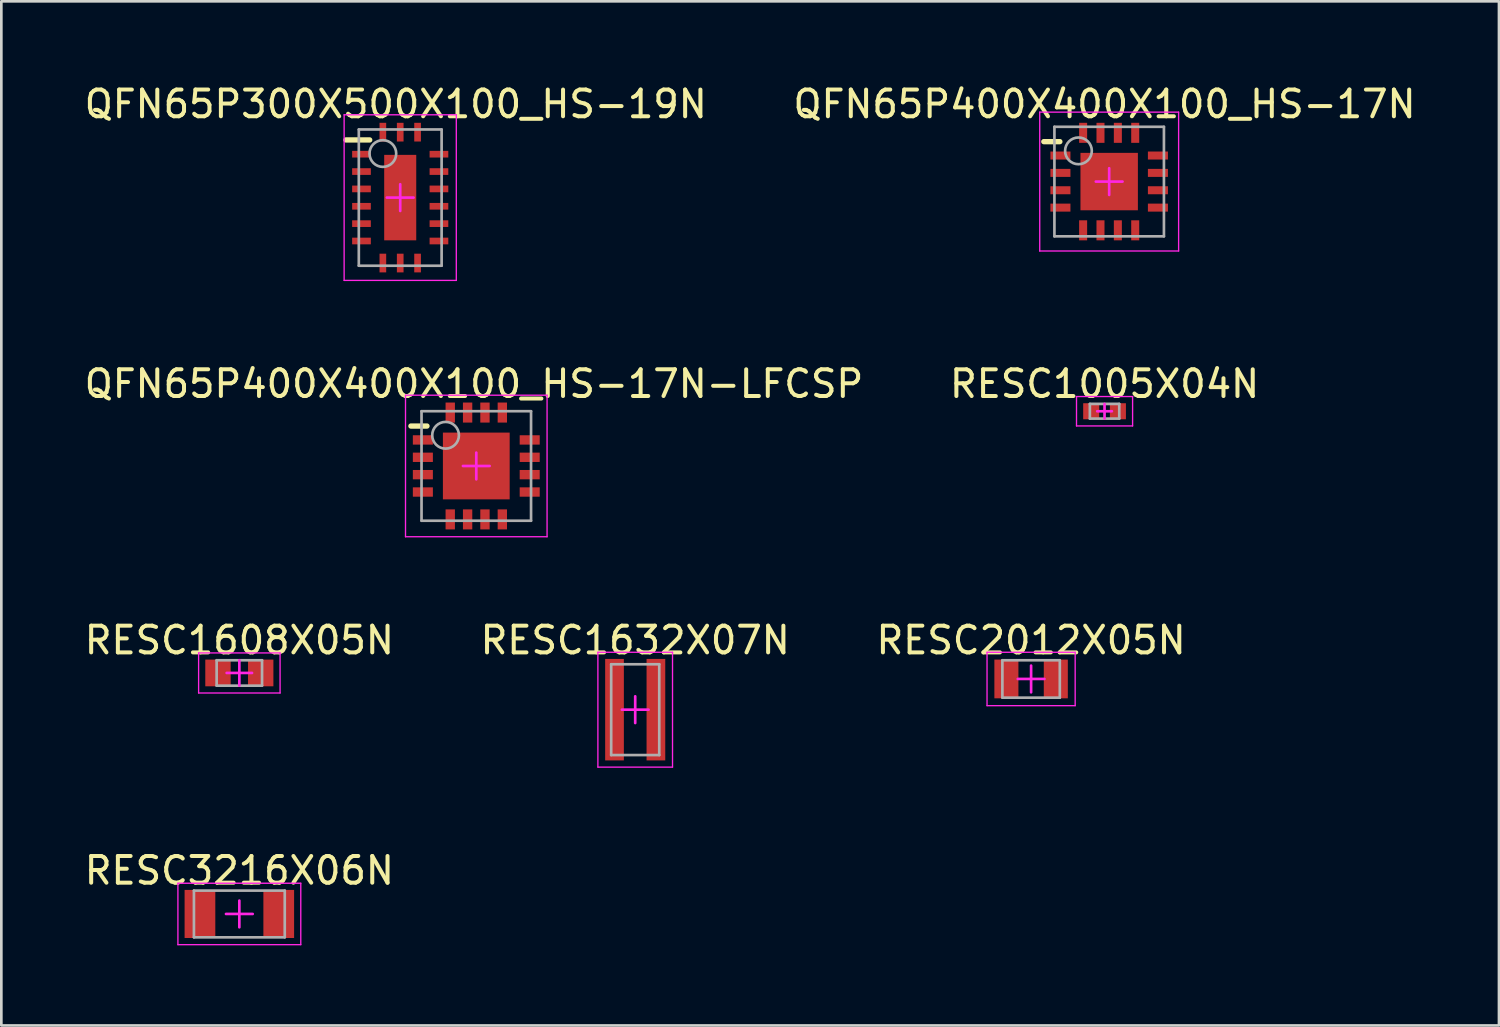
<source format=kicad_pcb>
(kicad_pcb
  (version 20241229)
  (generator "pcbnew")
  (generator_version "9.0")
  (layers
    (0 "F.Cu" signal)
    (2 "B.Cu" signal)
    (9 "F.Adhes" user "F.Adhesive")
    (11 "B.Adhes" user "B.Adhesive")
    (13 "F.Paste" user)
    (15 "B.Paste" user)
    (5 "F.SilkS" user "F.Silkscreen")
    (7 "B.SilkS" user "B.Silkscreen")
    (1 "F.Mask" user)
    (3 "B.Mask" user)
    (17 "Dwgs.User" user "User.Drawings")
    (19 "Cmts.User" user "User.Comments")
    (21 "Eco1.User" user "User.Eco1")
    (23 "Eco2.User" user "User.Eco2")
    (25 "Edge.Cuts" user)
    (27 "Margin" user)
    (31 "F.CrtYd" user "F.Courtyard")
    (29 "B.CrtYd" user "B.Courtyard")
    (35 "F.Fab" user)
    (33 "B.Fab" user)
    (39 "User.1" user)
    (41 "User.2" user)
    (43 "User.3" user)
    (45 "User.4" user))
  (footprint "RESC1005X04N"
    (layer "F.Cu")
    (at 38.304 12.347)
    (property "Reference" "RESC1005X04N" (at 0 -1.025 0) (layer "F.SilkS") (effects (font (size 1 1) (thickness 0.15))))
    (fp_line (start -1.05 -0.55) (end 1.05 -0.55) (stroke (width 0.05) (type solid)) (layer "F.CrtYd"))
    (fp_line (start -1.05 0.55) (end -1.05 -0.55) (stroke (width 0.05) (type solid)) (layer "F.CrtYd"))
    (fp_line (start -1.05 0.55) (end 1.05 0.55) (stroke (width 0.05) (type solid)) (layer "F.CrtYd"))
    (fp_line (start -0.275 0) (end 0.275 0) (stroke (width 0.1) (type solid)) (layer "F.CrtYd"))
    (fp_line (start 0 0.275) (end 0 -0.275) (stroke (width 0.1) (type solid)) (layer "F.CrtYd"))
    (fp_line (start 1.05 0.55) (end 1.05 -0.55) (stroke (width 0.05) (type solid)) (layer "F.CrtYd"))
    (fp_line (start -0.55 -0.275) (end 0.55 -0.275) (stroke (width 0.1) (type solid)) (layer "F.Fab"))
    (fp_line (start -0.55 0.275) (end -0.55 -0.275) (stroke (width 0.1) (type solid)) (layer "F.Fab"))
    (fp_line (start -0.55 0.275) (end 0.55 0.275) (stroke (width 0.1) (type solid)) (layer "F.Fab"))
    (fp_line (start 0.55 0.275) (end 0.55 -0.275) (stroke (width 0.1) (type solid)) (layer "F.Fab"))
    (pad "1" smd rect (at -0.5 0 90) (size 0.6 0.6) (layers "F.Cu" "F.Mask" "F.Paste"))
    (pad "2" smd rect (at 0.5 0 90) (size 0.6 0.6) (layers "F.Cu" "F.Mask" "F.Paste")))
  (footprint "RESC2012X05N"
    (layer "F.Cu")
    (at 35.554 22.37)
    (property "Reference" "RESC2012X05N" (at 0 -1.45 0) (layer "F.SilkS") (effects (font (size 1 1) (thickness 0.15))))
    (fp_line (start -1.65 -1) (end 1.65 -1) (stroke (width 0.05) (type solid)) (layer "F.CrtYd"))
    (fp_line (start -1.65 1) (end -1.65 -1) (stroke (width 0.05) (type solid)) (layer "F.CrtYd"))
    (fp_line (start -1.65 1) (end 1.65 1) (stroke (width 0.05) (type solid)) (layer "F.CrtYd"))
    (fp_line (start -0.5 0) (end 0.5 0) (stroke (width 0.1) (type solid)) (layer "F.CrtYd"))
    (fp_line (start 0 0.5) (end 0 -0.5) (stroke (width 0.1) (type solid)) (layer "F.CrtYd"))
    (fp_line (start 1.65 1) (end 1.65 -1) (stroke (width 0.05) (type solid)) (layer "F.CrtYd"))
    (fp_line (start -1.075 -0.7) (end 1.075 -0.7) (stroke (width 0.1) (type solid)) (layer "F.Fab"))
    (fp_line (start -1.075 0.7) (end -1.075 -0.7) (stroke (width 0.1) (type solid)) (layer "F.Fab"))
    (fp_line (start -1.075 0.7) (end 1.075 0.7) (stroke (width 0.1) (type solid)) (layer "F.Fab"))
    (fp_line (start 1.075 0.7) (end 1.075 -0.7) (stroke (width 0.1) (type solid)) (layer "F.Fab"))
    (pad "1" smd rect (at -0.925 0 90) (size 1.45 0.9) (layers "F.Cu" "F.Mask" "F.Paste"))
    (pad "2" smd rect (at 0.925 0 90) (size 1.45 0.9) (layers "F.Cu" "F.Mask" "F.Paste")))
  (footprint "QFN65P400X400X100_HS-17N-LFCSP"
    (layer "F.Cu")
    (at 14.782 14.396)
    (property "Reference" "QFN65P400X400X100_HS-17N-LFCSP" (at -0.086 -3.075 0) (layer "F.SilkS") (effects (font (size 1 1) (thickness 0.15))))
    (fp_line (start -2.447 -1.495) (end -1.847 -1.495) (stroke (width 0.2) (type solid)) (layer "F.SilkS"))
    (fp_rect (start -1.225 -0.125) (end -0.125 -1.225) (stroke (width 0) (type default)) (fill yes) (layer "F.Paste"))
    (fp_rect (start -0.125 1.225) (end -1.225 0.125) (stroke (width 0) (type default)) (fill yes) (layer "F.Paste"))
    (fp_rect (start 0.125 -1.225) (end 1.225 -0.125) (stroke (width 0) (type default)) (fill yes) (layer "F.Paste"))
    (fp_rect (start 1.225 0.125) (end 0.125 1.225) (stroke (width 0) (type default)) (fill yes) (layer "F.Paste"))
    (fp_line (start -2.65 -2.65) (end 2.65 -2.65) (stroke (width 0.05) (type solid)) (layer "F.CrtYd"))
    (fp_line (start -2.65 2.65) (end -2.65 -2.65) (stroke (width 0.05) (type solid)) (layer "F.CrtYd"))
    (fp_line (start -2.65 2.65) (end 2.65 2.65) (stroke (width 0.05) (type solid)) (layer "F.CrtYd"))
    (fp_line (start -0.5 0) (end 0.5 0) (stroke (width 0.1) (type solid)) (layer "F.CrtYd"))
    (fp_line (start 0 0.5) (end 0 -0.5) (stroke (width 0.1) (type solid)) (layer "F.CrtYd"))
    (fp_line (start 2.65 2.65) (end 2.65 -2.65) (stroke (width 0.05) (type solid)) (layer "F.CrtYd"))
    (fp_line (start -2.05 -2.05) (end 2.05 -2.05) (stroke (width 0.1) (type solid)) (layer "F.Fab"))
    (fp_line (start -2.05 2.05) (end -2.05 -2.05) (stroke (width 0.1) (type solid)) (layer "F.Fab"))
    (fp_line (start -2.05 2.05) (end 2.05 2.05) (stroke (width 0.1) (type solid)) (layer "F.Fab"))
    (fp_line (start 2.05 2.05) (end 2.05 -2.05) (stroke (width 0.1) (type solid)) (layer "F.Fab"))
    (fp_circle (center -1.15 -1.15) (end -1.15 -1.65) (stroke (width 0.1) (type solid)) (fill no) (layer "F.Fab"))
    (pad "1" smd rect (at -2 -0.975 90) (size 0.35 0.75) (layers "F.Cu" "F.Mask" "F.Paste"))
    (pad "2" smd rect (at -2 -0.325 90) (size 0.35 0.75) (layers "F.Cu" "F.Mask" "F.Paste"))
    (pad "3" smd rect (at -2 0.325 90) (size 0.35 0.75) (layers "F.Cu" "F.Mask" "F.Paste"))
    (pad "4" smd rect (at -2 0.975 90) (size 0.35 0.75) (layers "F.Cu" "F.Mask" "F.Paste"))
    (pad "5" smd rect (at -0.975 2) (size 0.35 0.75) (layers "F.Cu" "F.Mask" "F.Paste"))
    (pad "6" smd rect (at -0.325 2) (size 0.35 0.75) (layers "F.Cu" "F.Mask" "F.Paste"))
    (pad "7" smd rect (at 0.325 2) (size 0.35 0.75) (layers "F.Cu" "F.Mask" "F.Paste"))
    (pad "8" smd rect (at 0.975 2) (size 0.35 0.75) (layers "F.Cu" "F.Mask" "F.Paste"))
    (pad "9" smd rect (at 2 0.975 90) (size 0.35 0.75) (layers "F.Cu" "F.Mask" "F.Paste"))
    (pad "10" smd rect (at 2 0.325 90) (size 0.35 0.75) (layers "F.Cu" "F.Mask" "F.Paste"))
    (pad "11" smd rect (at 2 -0.325 90) (size 0.35 0.75) (layers "F.Cu" "F.Mask" "F.Paste"))
    (pad "12" smd rect (at 2 -0.975 90) (size 0.35 0.75) (layers "F.Cu" "F.Mask" "F.Paste"))
    (pad "13" smd rect (at 0.975 -2) (size 0.35 0.75) (layers "F.Cu" "F.Mask" "F.Paste"))
    (pad "14" smd rect (at 0.325 -2) (size 0.35 0.75) (layers "F.Cu" "F.Mask" "F.Paste"))
    (pad "15" smd rect (at -0.325 -2) (size 0.35 0.75) (layers "F.Cu" "F.Mask" "F.Paste"))
    (pad "16" smd rect (at -0.975 -2) (size 0.35 0.75) (layers "F.Cu" "F.Mask" "F.Paste"))
    (pad "17" smd rect (at 0 0) (size 2.5 2.5) (layers "F.Cu" "F.Mask" "F.Paste")))
  (footprint "RESC1632X07N"
    (layer "F.Cu")
    (at 20.732 23.52)
    (property "Reference" "RESC1632X07N" (at 0 -2.6 0) (layer "F.SilkS") (effects (font (size 1 1) (thickness 0.15))))
    (fp_line (start -1.397 -2.15) (end 1.397 -2.15) (stroke (width 0.05) (type solid)) (layer "F.CrtYd"))
    (fp_line (start -1.397 2.15) (end -1.397 -2.15) (stroke (width 0.05) (type solid)) (layer "F.CrtYd"))
    (fp_line (start -1.397 2.15) (end 1.397 2.15) (stroke (width 0.05) (type solid)) (layer "F.CrtYd"))
    (fp_line (start -0.5 0) (end 0.5 0) (stroke (width 0.1) (type solid)) (layer "F.CrtYd"))
    (fp_line (start 0 0.5) (end 0 -0.5) (stroke (width 0.1) (type solid)) (layer "F.CrtYd"))
    (fp_line (start 1.397 2.15) (end 1.397 -2.15) (stroke (width 0.05) (type solid)) (layer "F.CrtYd"))
    (fp_line (start -0.9 -1.7) (end 0.9 -1.7) (stroke (width 0.1) (type solid)) (layer "F.Fab"))
    (fp_line (start -0.9 1.7) (end -0.9 -1.7) (stroke (width 0.1) (type solid)) (layer "F.Fab"))
    (fp_line (start -0.9 1.7) (end 0.9 1.7) (stroke (width 0.1) (type solid)) (layer "F.Fab"))
    (fp_line (start 0.9 1.7) (end 0.9 -1.7) (stroke (width 0.1) (type solid)) (layer "F.Fab"))
    (pad "1" smd rect (at -0.775 0 90) (size 3.8 0.7) (layers "F.Cu" "F.Mask" "F.Paste"))
    (pad "2" smd rect (at 0.775 0 90) (size 3.8 0.7) (layers "F.Cu" "F.Mask" "F.Paste")))
  (footprint "RESC1608X05N"
    (layer "F.Cu")
    (at 5.911 22.145)
    (property "Reference" "RESC1608X05N" (at 0 -1.225 0) (layer "F.SilkS") (effects (font (size 1 1) (thickness 0.15))))
    (fp_line (start -1.525 -0.75) (end 1.525 -0.75) (stroke (width 0.05) (type solid)) (layer "F.CrtYd"))
    (fp_line (start -1.525 0.75) (end -1.525 -0.75) (stroke (width 0.05) (type solid)) (layer "F.CrtYd"))
    (fp_line (start -1.525 0.75) (end 1.525 0.75) (stroke (width 0.05) (type solid)) (layer "F.CrtYd"))
    (fp_line (start -0.475 0) (end 0.475 0) (stroke (width 0.1) (type solid)) (layer "F.CrtYd"))
    (fp_line (start 0 0.475) (end 0 -0.475) (stroke (width 0.1) (type solid)) (layer "F.CrtYd"))
    (fp_line (start 1.525 0.75) (end 1.525 -0.75) (stroke (width 0.05) (type solid)) (layer "F.CrtYd"))
    (fp_line (start -0.85 -0.475) (end 0.85 -0.475) (stroke (width 0.1) (type solid)) (layer "F.Fab"))
    (fp_line (start -0.85 0.475) (end -0.85 -0.475) (stroke (width 0.1) (type solid)) (layer "F.Fab"))
    (fp_line (start -0.85 0.475) (end 0.85 0.475) (stroke (width 0.1) (type solid)) (layer "F.Fab"))
    (fp_line (start 0.85 0.475) (end 0.85 -0.475) (stroke (width 0.1) (type solid)) (layer "F.Fab"))
    (pad "1" smd rect (at -0.8 0 90) (size 1 0.95) (layers "F.Cu" "F.Mask" "F.Paste"))
    (pad "2" smd rect (at 0.8 0 90) (size 1 0.95) (layers "F.Cu" "F.Mask" "F.Paste")))
  (footprint "RESC3216X06N"
    (layer "F.Cu")
    (at 5.911 31.168)
    (property "Reference" "RESC3216X06N" (at 0 -1.625 0) (layer "F.SilkS") (effects (font (size 1 1) (thickness 0.15))))
    (fp_line (start -2.3 -1.15) (end 2.3 -1.15) (stroke (width 0.05) (type solid)) (layer "F.CrtYd"))
    (fp_line (start -2.3 1.15) (end -2.3 -1.15) (stroke (width 0.05) (type solid)) (layer "F.CrtYd"))
    (fp_line (start -2.3 1.15) (end 2.3 1.15) (stroke (width 0.05) (type solid)) (layer "F.CrtYd"))
    (fp_line (start -0.5 0) (end 0.5 0) (stroke (width 0.1) (type solid)) (layer "F.CrtYd"))
    (fp_line (start 0 0.5) (end 0 -0.5) (stroke (width 0.1) (type solid)) (layer "F.CrtYd"))
    (fp_line (start 2.3 1.15) (end 2.3 -1.15) (stroke (width 0.05) (type solid)) (layer "F.CrtYd"))
    (fp_line (start -1.7 -0.875) (end 1.7 -0.875) (stroke (width 0.1) (type solid)) (layer "F.Fab"))
    (fp_line (start -1.7 0.875) (end -1.7 -0.875) (stroke (width 0.1) (type solid)) (layer "F.Fab"))
    (fp_line (start -1.7 0.875) (end 1.7 0.875) (stroke (width 0.1) (type solid)) (layer "F.Fab"))
    (fp_line (start 1.7 0.875) (end 1.7 -0.875) (stroke (width 0.1) (type solid)) (layer "F.Fab"))
    (pad "1" smd rect (at -1.475 0 90) (size 1.8 1.15) (layers "F.Cu" "F.Mask" "F.Paste"))
    (pad "2" smd rect (at 1.475 0 90) (size 1.8 1.15) (layers "F.Cu" "F.Mask" "F.Paste")))
  (footprint "QFN65P400X400X100_HS-17N"
    (layer "F.Cu")
    (at 38.477 3.748)
    (property "Reference" "QFN65P400X400X100_HS-17N" (at -0.173 -2.9 0) (layer "F.SilkS") (effects (font (size 1 1) (thickness 0.15))))
    (fp_line (start -2.447 -1.495) (end -1.847 -1.495) (stroke (width 0.2) (type solid)) (layer "F.SilkS"))
    (fp_rect (start -1 -0.1) (end -0.1 -1) (stroke (width 0) (type default)) (fill yes) (layer "F.Paste"))
    (fp_rect (start -0.1 1) (end -1 0.1) (stroke (width 0) (type default)) (fill yes) (layer "F.Paste"))
    (fp_rect (start 0.1 -1) (end 1 -0.1) (stroke (width 0) (type default)) (fill yes) (layer "F.Paste"))
    (fp_rect (start 1 0.1) (end 0.1 1) (stroke (width 0) (type default)) (fill yes) (layer "F.Paste"))
    (fp_line (start -2.6 -2.6) (end 2.6 -2.6) (stroke (width 0.05) (type solid)) (layer "F.CrtYd"))
    (fp_line (start -2.6 2.6) (end -2.6 -2.6) (stroke (width 0.05) (type solid)) (layer "F.CrtYd"))
    (fp_line (start -2.6 2.6) (end 2.6 2.6) (stroke (width 0.05) (type solid)) (layer "F.CrtYd"))
    (fp_line (start -0.5 0) (end 0.5 0) (stroke (width 0.1) (type solid)) (layer "F.CrtYd"))
    (fp_line (start 0 0.5) (end 0 -0.5) (stroke (width 0.1) (type solid)) (layer "F.CrtYd"))
    (fp_line (start 2.6 2.6) (end 2.6 -2.6) (stroke (width 0.05) (type solid)) (layer "F.CrtYd"))
    (fp_line (start -2.05 -2.05) (end 2.05 -2.05) (stroke (width 0.1) (type solid)) (layer "F.Fab"))
    (fp_line (start -2.05 2.05) (end -2.05 -2.05) (stroke (width 0.1) (type solid)) (layer "F.Fab"))
    (fp_line (start -2.05 2.05) (end 2.05 2.05) (stroke (width 0.1) (type solid)) (layer "F.Fab"))
    (fp_line (start 2.05 2.05) (end 2.05 -2.05) (stroke (width 0.1) (type solid)) (layer "F.Fab"))
    (fp_circle (center -1.15 -1.15) (end -1.15 -1.65) (stroke (width 0.1) (type solid)) (fill no) (layer "F.Fab"))
    (pad "1" smd rect (at -1.825 -0.975 90) (size 0.3 0.75) (layers "F.Cu" "F.Mask" "F.Paste"))
    (pad "2" smd rect (at -1.825 -0.325 90) (size 0.3 0.75) (layers "F.Cu" "F.Mask" "F.Paste"))
    (pad "3" smd rect (at -1.825 0.325 90) (size 0.3 0.75) (layers "F.Cu" "F.Mask" "F.Paste"))
    (pad "4" smd rect (at -1.825 0.975 90) (size 0.3 0.75) (layers "F.Cu" "F.Mask" "F.Paste"))
    (pad "5" smd rect (at -0.975 1.825) (size 0.3 0.75) (layers "F.Cu" "F.Mask" "F.Paste"))
    (pad "6" smd rect (at -0.325 1.825) (size 0.3 0.75) (layers "F.Cu" "F.Mask" "F.Paste"))
    (pad "7" smd rect (at 0.325 1.825) (size 0.3 0.75) (layers "F.Cu" "F.Mask" "F.Paste"))
    (pad "8" smd rect (at 0.975 1.825) (size 0.3 0.75) (layers "F.Cu" "F.Mask" "F.Paste"))
    (pad "9" smd rect (at 1.825 0.975 90) (size 0.3 0.75) (layers "F.Cu" "F.Mask" "F.Paste"))
    (pad "10" smd rect (at 1.825 0.325 90) (size 0.3 0.75) (layers "F.Cu" "F.Mask" "F.Paste"))
    (pad "11" smd rect (at 1.825 -0.325 90) (size 0.3 0.75) (layers "F.Cu" "F.Mask" "F.Paste"))
    (pad "12" smd rect (at 1.825 -0.975 90) (size 0.3 0.75) (layers "F.Cu" "F.Mask" "F.Paste"))
    (pad "13" smd rect (at 0.975 -1.825) (size 0.3 0.75) (layers "F.Cu" "F.Mask" "F.Paste"))
    (pad "14" smd rect (at 0.325 -1.825) (size 0.3 0.75) (layers "F.Cu" "F.Mask" "F.Paste"))
    (pad "15" smd rect (at -0.325 -1.825) (size 0.3 0.75) (layers "F.Cu" "F.Mask" "F.Paste"))
    (pad "16" smd rect (at -0.975 -1.825) (size 0.3 0.75) (layers "F.Cu" "F.Mask" "F.Paste"))
    (pad "17" smd rect (at 0 0) (size 2.15 2.15) (layers "F.Cu" "F.Mask" "F.Paste")))
  (footprint "QFN65P300X500X100_HS-19N"
    (layer "F.Cu")
    (at 11.934 4.348)
    (property "Reference" "QFN65P300X500X100_HS-19N" (at -0.166 -3.5 0) (layer "F.SilkS") (effects (font (size 1 1) (thickness 0.15))))
    (fp_line (start -2.032 -2.159) (end -1.143 -2.159) (stroke (width 0.2) (type solid)) (layer "F.SilkS"))
    (fp_line (start -2.1 -3.1) (end 2.1 -3.1) (stroke (width 0.05) (type solid)) (layer "F.CrtYd"))
    (fp_line (start -2.1 3.1) (end -2.1 -3.1) (stroke (width 0.05) (type solid)) (layer "F.CrtYd"))
    (fp_line (start -2.1 3.1) (end 2.1 3.1) (stroke (width 0.05) (type solid)) (layer "F.CrtYd"))
    (fp_line (start -0.5 0) (end 0.5 0) (stroke (width 0.1) (type solid)) (layer "F.CrtYd"))
    (fp_line (start 0 0.5) (end 0 -0.5) (stroke (width 0.1) (type solid)) (layer "F.CrtYd"))
    (fp_line (start 2.1 3.1) (end 2.1 -3.1) (stroke (width 0.05) (type solid)) (layer "F.CrtYd"))
    (fp_line (start -1.55 -2.55) (end 1.55 -2.55) (stroke (width 0.1) (type solid)) (layer "F.Fab"))
    (fp_line (start -1.55 2.55) (end -1.55 -2.55) (stroke (width 0.1) (type solid)) (layer "F.Fab"))
    (fp_line (start -1.55 2.55) (end 1.55 2.55) (stroke (width 0.1) (type solid)) (layer "F.Fab"))
    (fp_line (start 1.55 2.55) (end 1.55 -2.55) (stroke (width 0.1) (type solid)) (layer "F.Fab"))
    (fp_circle (center -0.65 -1.65) (end -0.65 -2.15) (stroke (width 0.1) (type solid)) (fill no) (layer "F.Fab"))
    (pad "1" smd rect (at -1.45 -1.625 90) (size 0.25 0.7) (layers "F.Cu" "F.Mask" "F.Paste"))
    (pad "2" smd rect (at -1.45 -0.975 90) (size 0.25 0.7) (layers "F.Cu" "F.Mask" "F.Paste"))
    (pad "3" smd rect (at -1.45 -0.325 90) (size 0.25 0.7) (layers "F.Cu" "F.Mask" "F.Paste"))
    (pad "4" smd rect (at -1.45 0.325 90) (size 0.25 0.7) (layers "F.Cu" "F.Mask" "F.Paste"))
    (pad "5" smd rect (at -1.45 0.975 90) (size 0.25 0.7) (layers "F.Cu" "F.Mask" "F.Paste"))
    (pad "6" smd rect (at -1.45 1.625 90) (size 0.25 0.7) (layers "F.Cu" "F.Mask" "F.Paste"))
    (pad "7" smd rect (at -0.65 2.45) (size 0.25 0.7) (layers "F.Cu" "F.Mask" "F.Paste"))
    (pad "8" smd rect (at 0 2.45) (size 0.25 0.7) (layers "F.Cu" "F.Mask" "F.Paste"))
    (pad "9" smd rect (at 0.65 2.45) (size 0.25 0.7) (layers "F.Cu" "F.Mask" "F.Paste"))
    (pad "10" smd rect (at 1.45 1.625 90) (size 0.25 0.7) (layers "F.Cu" "F.Mask" "F.Paste"))
    (pad "11" smd rect (at 1.45 0.975 90) (size 0.25 0.7) (layers "F.Cu" "F.Mask" "F.Paste"))
    (pad "12" smd rect (at 1.45 0.325 90) (size 0.25 0.7) (layers "F.Cu" "F.Mask" "F.Paste"))
    (pad "13" smd rect (at 1.45 -0.325 90) (size 0.25 0.7) (layers "F.Cu" "F.Mask" "F.Paste"))
    (pad "14" smd rect (at 1.45 -0.975 90) (size 0.25 0.7) (layers "F.Cu" "F.Mask" "F.Paste"))
    (pad "15" smd rect (at 1.45 -1.625 90) (size 0.25 0.7) (layers "F.Cu" "F.Mask" "F.Paste"))
    (pad "16" smd rect (at 0.65 -2.45) (size 0.25 0.7) (layers "F.Cu" "F.Mask" "F.Paste"))
    (pad "17" smd rect (at 0 -2.45) (size 0.25 0.7) (layers "F.Cu" "F.Mask" "F.Paste"))
    (pad "18" smd rect (at -0.65 -2.45) (size 0.25 0.7) (layers "F.Cu" "F.Mask" "F.Paste"))
    (pad "19" smd rect (at 0 0) (size 1.2 3.2) (layers "F.Cu" "F.Mask" "F.Paste")))
  (gr_rect
    (start -3 -3)
    (end 53.071 35.343)
    (stroke (width 0.1) (type default))
    (fill no)
    (layer "Edge.Cuts")))
</source>
